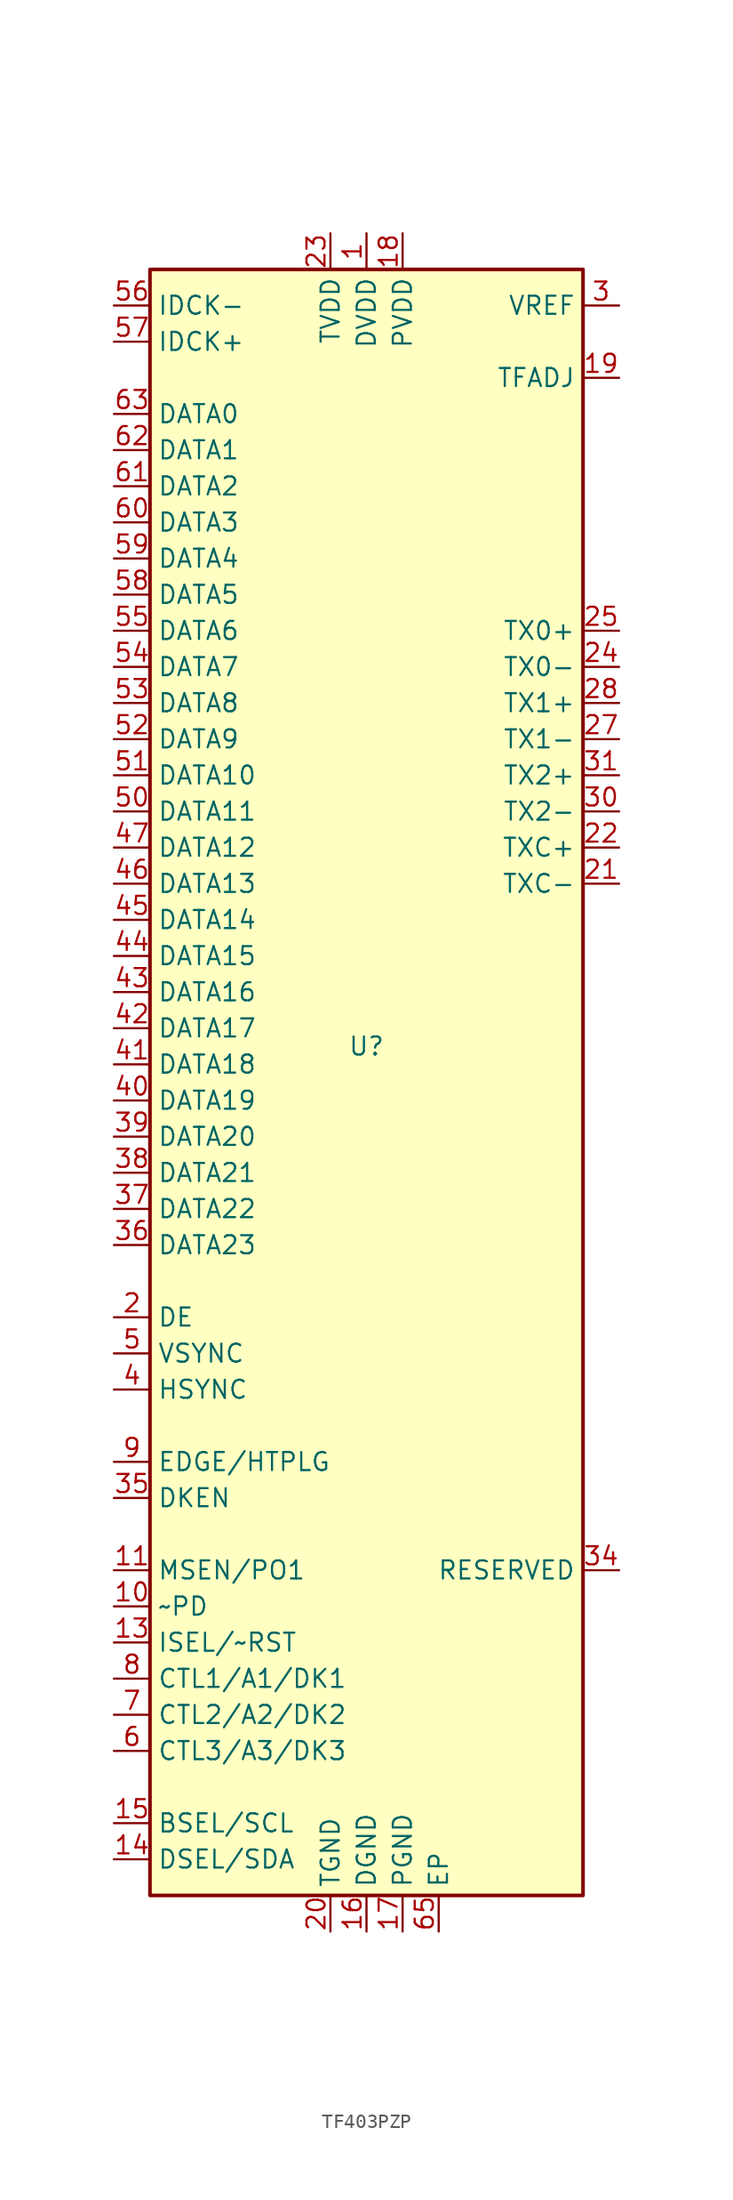
<source format=kicad_sym>
(kicad_symbol_lib
  (version 20220914)
  (generator kicad_symbol_editor)
  (symbol "TF403PZP"
    (property "Reference" "U"
      (at 0 0 0)
      (effects (font (size 1.27 1.27))))
    (property "Value" ""
      (at 0 0 0)
      (effects (font (size 1.27 1.27))))
    (symbol "TF403PZP_0_1"
      (rectangle (start -15.24 54.61) (end 15.24 -59.69) (stroke (width 0.254) (type default)) (fill (type background))))
    (symbol "TF403PZP_1_1"
      (pin power_in line (at 0 57.15 270) (length 2.54) (name "DVDD" (effects (font (size 1.27 1.27)))) (number "1" (effects (font (size 1.27 1.27)))))
      (pin input line (at -17.78 -39.37 0) (length 2.54) (name "~PD" (effects (font (size 1.27 1.27)))) (number "10" (effects (font (size 1.27 1.27)))))
      (pin output line (at -17.78 -36.83 0) (length 2.54) (name "MSEN/PO1" (effects (font (size 1.27 1.27)))) (number "11" (effects (font (size 1.27 1.27)))))
      (pin passive line (at 0 57.15 270) (length 2.54) hide (name "DVDD" (effects (font (size 1.27 1.27)))) (number "12" (effects (font (size 1.27 1.27)))))
      (pin input line (at -17.78 -41.91 0) (length 2.54) (name "ISEL/~RST" (effects (font (size 1.27 1.27)))) (number "13" (effects (font (size 1.27 1.27)))))
      (pin bidirectional line (at -17.78 -57.15 0) (length 2.54) (name "DSEL/SDA" (effects (font (size 1.27 1.27)))) (number "14" (effects (font (size 1.27 1.27)))))
      (pin input line (at -17.78 -54.61 0) (length 2.54) (name "BSEL/SCL" (effects (font (size 1.27 1.27)))) (number "15" (effects (font (size 1.27 1.27)))))
      (pin power_in line (at 0 -62.23 90) (length 2.54) (name "DGND" (effects (font (size 1.27 1.27)))) (number "16" (effects (font (size 1.27 1.27)))))
      (pin power_in line (at 2.54 -62.23 90) (length 2.54) (name "PGND" (effects (font (size 1.27 1.27)))) (number "17" (effects (font (size 1.27 1.27)))))
      (pin power_in line (at 2.54 57.15 270) (length 2.54) (name "PVDD" (effects (font (size 1.27 1.27)))) (number "18" (effects (font (size 1.27 1.27)))))
      (pin input line (at 17.78 46.99 180) (length 2.54) (name "TFADJ" (effects (font (size 1.27 1.27)))) (number "19" (effects (font (size 1.27 1.27)))))
      (pin input line (at -17.78 -19.05 0) (length 2.54) (name "DE" (effects (font (size 1.27 1.27)))) (number "2" (effects (font (size 1.27 1.27)))))
      (pin power_in line (at -2.54 -62.23 90) (length 2.54) (name "TGND" (effects (font (size 1.27 1.27)))) (number "20" (effects (font (size 1.27 1.27)))))
      (pin output line (at 17.78 11.43 180) (length 2.54) (name "TXC-" (effects (font (size 1.27 1.27)))) (number "21" (effects (font (size 1.27 1.27)))))
      (pin output line (at 17.78 13.97 180) (length 2.54) (name "TXC+" (effects (font (size 1.27 1.27)))) (number "22" (effects (font (size 1.27 1.27)))))
      (pin power_in line (at -2.54 57.15 270) (length 2.54) (name "TVDD" (effects (font (size 1.27 1.27)))) (number "23" (effects (font (size 1.27 1.27)))))
      (pin output line (at 17.78 26.67 180) (length 2.54) (name "TX0-" (effects (font (size 1.27 1.27)))) (number "24" (effects (font (size 1.27 1.27)))))
      (pin output line (at 17.78 29.21 180) (length 2.54) (name "TX0+" (effects (font (size 1.27 1.27)))) (number "25" (effects (font (size 1.27 1.27)))))
      (pin passive line (at -2.54 -62.23 90) (length 2.54) hide (name "TGND" (effects (font (size 1.27 1.27)))) (number "26" (effects (font (size 1.27 1.27)))))
      (pin output line (at 17.78 21.59 180) (length 2.54) (name "TX1-" (effects (font (size 1.27 1.27)))) (number "27" (effects (font (size 1.27 1.27)))))
      (pin output line (at 17.78 24.13 180) (length 2.54) (name "TX1+" (effects (font (size 1.27 1.27)))) (number "28" (effects (font (size 1.27 1.27)))))
      (pin passive line (at -2.54 57.15 270) (length 2.54) hide (name "TVDD" (effects (font (size 1.27 1.27)))) (number "29" (effects (font (size 1.27 1.27)))))
      (pin input line (at 17.78 52.07 180) (length 2.54) (name "VREF" (effects (font (size 1.27 1.27)))) (number "3" (effects (font (size 1.27 1.27)))))
      (pin output line (at 17.78 16.51 180) (length 2.54) (name "TX2-" (effects (font (size 1.27 1.27)))) (number "30" (effects (font (size 1.27 1.27)))))
      (pin output line (at 17.78 19.05 180) (length 2.54) (name "TX2+" (effects (font (size 1.27 1.27)))) (number "31" (effects (font (size 1.27 1.27)))))
      (pin passive line (at -2.54 -62.23 90) (length 2.54) hide (name "TGND" (effects (font (size 1.27 1.27)))) (number "32" (effects (font (size 1.27 1.27)))))
      (pin passive line (at 0 57.15 270) (length 2.54) hide (name "DVDD" (effects (font (size 1.27 1.27)))) (number "33" (effects (font (size 1.27 1.27)))))
      (pin input line (at 17.78 -36.83 180) (length 2.54) (name "RESERVED" (effects (font (size 1.27 1.27)))) (number "34" (effects (font (size 1.27 1.27)))))
      (pin input line (at -17.78 -31.75 0) (length 2.54) (name "DKEN" (effects (font (size 1.27 1.27)))) (number "35" (effects (font (size 1.27 1.27)))))
      (pin input line (at -17.78 -13.97 0) (length 2.54) (name "DATA23" (effects (font (size 1.27 1.27)))) (number "36" (effects (font (size 1.27 1.27)))))
      (pin input line (at -17.78 -11.43 0) (length 2.54) (name "DATA22" (effects (font (size 1.27 1.27)))) (number "37" (effects (font (size 1.27 1.27)))))
      (pin input line (at -17.78 -8.89 0) (length 2.54) (name "DATA21" (effects (font (size 1.27 1.27)))) (number "38" (effects (font (size 1.27 1.27)))))
      (pin input line (at -17.78 -6.35 0) (length 2.54) (name "DATA20" (effects (font (size 1.27 1.27)))) (number "39" (effects (font (size 1.27 1.27)))))
      (pin input line (at -17.78 -24.13 0) (length 2.54) (name "HSYNC" (effects (font (size 1.27 1.27)))) (number "4" (effects (font (size 1.27 1.27)))))
      (pin input line (at -17.78 -3.81 0) (length 2.54) (name "DATA19" (effects (font (size 1.27 1.27)))) (number "40" (effects (font (size 1.27 1.27)))))
      (pin input line (at -17.78 -1.27 0) (length 2.54) (name "DATA18" (effects (font (size 1.27 1.27)))) (number "41" (effects (font (size 1.27 1.27)))))
      (pin input line (at -17.78 1.27 0) (length 2.54) (name "DATA17" (effects (font (size 1.27 1.27)))) (number "42" (effects (font (size 1.27 1.27)))))
      (pin input line (at -17.78 3.81 0) (length 2.54) (name "DATA16" (effects (font (size 1.27 1.27)))) (number "43" (effects (font (size 1.27 1.27)))))
      (pin input line (at -17.78 6.35 0) (length 2.54) (name "DATA15" (effects (font (size 1.27 1.27)))) (number "44" (effects (font (size 1.27 1.27)))))
      (pin input line (at -17.78 8.89 0) (length 2.54) (name "DATA14" (effects (font (size 1.27 1.27)))) (number "45" (effects (font (size 1.27 1.27)))))
      (pin input line (at -17.78 11.43 0) (length 2.54) (name "DATA13" (effects (font (size 1.27 1.27)))) (number "46" (effects (font (size 1.27 1.27)))))
      (pin input line (at -17.78 13.97 0) (length 2.54) (name "DATA12" (effects (font (size 1.27 1.27)))) (number "47" (effects (font (size 1.27 1.27)))))
      (pin passive line (at 0 -62.23 90) (length 2.54) hide (name "DGND" (effects (font (size 1.27 1.27)))) (number "48" (effects (font (size 1.27 1.27)))))
      (pin no_connect line (at 15.24 -34.29 180) (length 2.54) hide (name "NC" (effects (font (size 1.27 1.27)))) (number "49" (effects (font (size 1.27 1.27)))))
      (pin input line (at -17.78 -21.59 0) (length 2.54) (name "VSYNC" (effects (font (size 1.27 1.27)))) (number "5" (effects (font (size 1.27 1.27)))))
      (pin input line (at -17.78 16.51 0) (length 2.54) (name "DATA11" (effects (font (size 1.27 1.27)))) (number "50" (effects (font (size 1.27 1.27)))))
      (pin input line (at -17.78 19.05 0) (length 2.54) (name "DATA10" (effects (font (size 1.27 1.27)))) (number "51" (effects (font (size 1.27 1.27)))))
      (pin input line (at -17.78 21.59 0) (length 2.54) (name "DATA9" (effects (font (size 1.27 1.27)))) (number "52" (effects (font (size 1.27 1.27)))))
      (pin input line (at -17.78 24.13 0) (length 2.54) (name "DATA8" (effects (font (size 1.27 1.27)))) (number "53" (effects (font (size 1.27 1.27)))))
      (pin input line (at -17.78 26.67 0) (length 2.54) (name "DATA7" (effects (font (size 1.27 1.27)))) (number "54" (effects (font (size 1.27 1.27)))))
      (pin input line (at -17.78 29.21 0) (length 2.54) (name "DATA6" (effects (font (size 1.27 1.27)))) (number "55" (effects (font (size 1.27 1.27)))))
      (pin input line (at -17.78 52.07 0) (length 2.54) (name "IDCK-" (effects (font (size 1.27 1.27)))) (number "56" (effects (font (size 1.27 1.27)))))
      (pin input line (at -17.78 49.53 0) (length 2.54) (name "IDCK+" (effects (font (size 1.27 1.27)))) (number "57" (effects (font (size 1.27 1.27)))))
      (pin input line (at -17.78 31.75 0) (length 2.54) (name "DATA5" (effects (font (size 1.27 1.27)))) (number "58" (effects (font (size 1.27 1.27)))))
      (pin input line (at -17.78 34.29 0) (length 2.54) (name "DATA4" (effects (font (size 1.27 1.27)))) (number "59" (effects (font (size 1.27 1.27)))))
      (pin input line (at -17.78 -49.53 0) (length 2.54) (name "CTL3/A3/DK3" (effects (font (size 1.27 1.27)))) (number "6" (effects (font (size 1.27 1.27)))))
      (pin input line (at -17.78 36.83 0) (length 2.54) (name "DATA3" (effects (font (size 1.27 1.27)))) (number "60" (effects (font (size 1.27 1.27)))))
      (pin input line (at -17.78 39.37 0) (length 2.54) (name "DATA2" (effects (font (size 1.27 1.27)))) (number "61" (effects (font (size 1.27 1.27)))))
      (pin input line (at -17.78 41.91 0) (length 2.54) (name "DATA1" (effects (font (size 1.27 1.27)))) (number "62" (effects (font (size 1.27 1.27)))))
      (pin input line (at -17.78 44.45 0) (length 2.54) (name "DATA0" (effects (font (size 1.27 1.27)))) (number "63" (effects (font (size 1.27 1.27)))))
      (pin passive line (at 0 -62.23 90) (length 2.54) hide (name "DGND" (effects (font (size 1.27 1.27)))) (number "64" (effects (font (size 1.27 1.27)))))
      (pin power_in line (at 5.08 -62.23 90) (length 2.54) (name "EP" (effects (font (size 1.27 1.27)))) (number "65" (effects (font (size 1.27 1.27)))))
      (pin input line (at -17.78 -46.99 0) (length 2.54) (name "CTL2/A2/DK2" (effects (font (size 1.27 1.27)))) (number "7" (effects (font (size 1.27 1.27)))))
      (pin input line (at -17.78 -44.45 0) (length 2.54) (name "CTL1/A1/DK1" (effects (font (size 1.27 1.27)))) (number "8" (effects (font (size 1.27 1.27)))))
      (pin input line (at -17.78 -29.21 0) (length 2.54) (name "EDGE/HTPLG" (effects (font (size 1.27 1.27)))) (number "9" (effects (font (size 1.27 1.27))))))))
</source>
